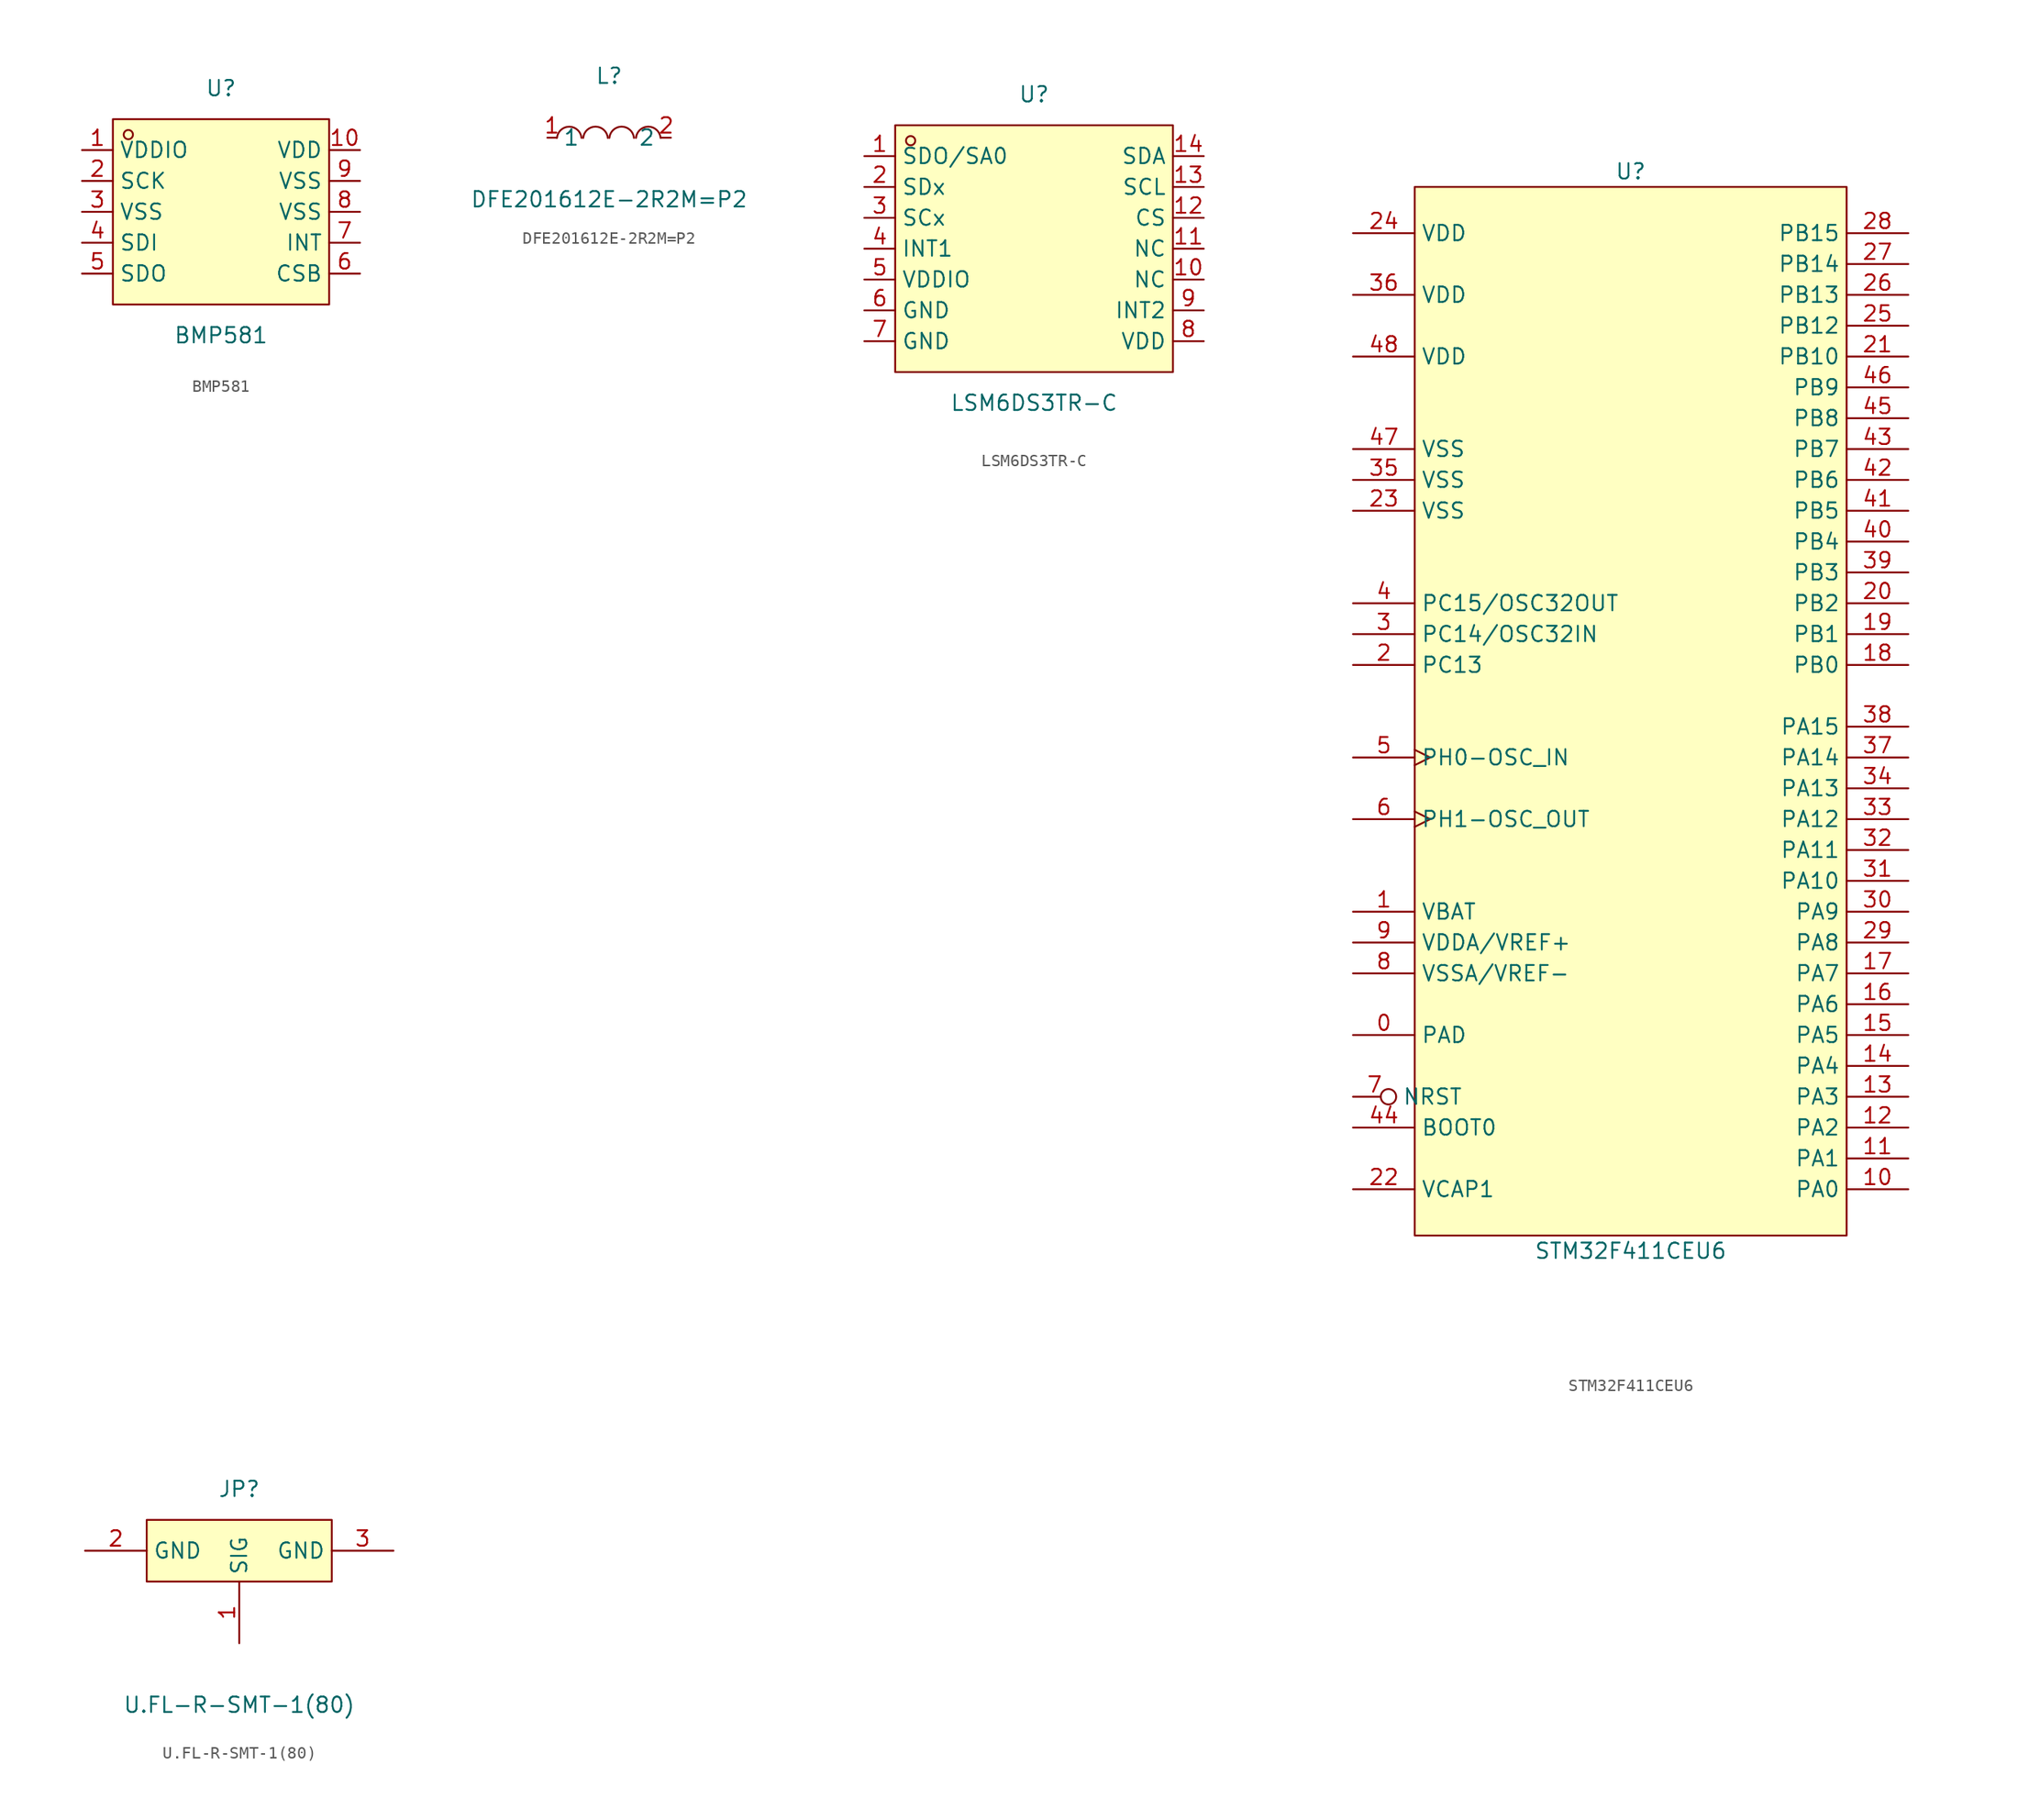
<source format=kicad_sym>
(kicad_symbol_lib
  (version 20231120)
  (generator "kicad_symbol_editor")
  (generator_version "8.0")
  (symbol "BMP581"
    (property "Reference" "U"
      (at 0 10.16 0)
      (effects (font (size 1.27 1.27))))
    (property "Value" "BMP581"
      (at 0 -10.16 0)
      (effects (font (size 1.27 1.27))))
    (symbol "BMP581_0_1"
      (rectangle (start -8.89 7.62) (end 8.89 -7.62) (stroke (width 0) (type default)) (fill (type background)))
      (circle (center -7.62 6.35) (radius 0.38) (stroke (width 0) (type default)) (fill (type none)))
      (pin unspecified line (at -11.43 5.08 0) (length 2.54) (name "VDDIO" (effects (font (size 1.27 1.27)))) (number "1" (effects (font (size 1.27 1.27)))))
      (pin unspecified line (at 11.43 5.08 180) (length 2.54) (name "VDD" (effects (font (size 1.27 1.27)))) (number "10" (effects (font (size 1.27 1.27)))))
      (pin unspecified line (at -11.43 2.54 0) (length 2.54) (name "SCK" (effects (font (size 1.27 1.27)))) (number "2" (effects (font (size 1.27 1.27)))))
      (pin unspecified line (at -11.43 0 0) (length 2.54) (name "VSS" (effects (font (size 1.27 1.27)))) (number "3" (effects (font (size 1.27 1.27)))))
      (pin unspecified line (at -11.43 -2.54 0) (length 2.54) (name "SDI" (effects (font (size 1.27 1.27)))) (number "4" (effects (font (size 1.27 1.27)))))
      (pin unspecified line (at -11.43 -5.08 0) (length 2.54) (name "SDO" (effects (font (size 1.27 1.27)))) (number "5" (effects (font (size 1.27 1.27)))))
      (pin unspecified line (at 11.43 -5.08 180) (length 2.54) (name "CSB" (effects (font (size 1.27 1.27)))) (number "6" (effects (font (size 1.27 1.27)))))
      (pin unspecified line (at 11.43 -2.54 180) (length 2.54) (name "INT" (effects (font (size 1.27 1.27)))) (number "7" (effects (font (size 1.27 1.27)))))
      (pin unspecified line (at 11.43 0 180) (length 2.54) (name "VSS" (effects (font (size 1.27 1.27)))) (number "8" (effects (font (size 1.27 1.27)))))
      (pin unspecified line (at 11.43 2.54 180) (length 2.54) (name "VSS" (effects (font (size 1.27 1.27)))) (number "9" (effects (font (size 1.27 1.27)))))))
  (symbol "DFE201612E-2R2M=P2"
    (property "Reference" "L"
      (at 0 5.08 0)
      (effects (font (size 1.27 1.27))))
    (property "Value" "DFE201612E-2R2M=P2"
      (at 0 -5.08 0)
      (effects (font (size 1.27 1.27))))
    (symbol "DFE201612E-2R2M=P2_0_1"
      (arc (start -2.27 -0.02) (mid -3.28 0.9027) (end -4.29 -0.02) (stroke (width 0) (type default)) (fill (type none)))
      (arc (start -0.11 -0.02) (mid -1.12 0.9071) (end -2.13 -0.02) (stroke (width 0) (type default)) (fill (type none)))
      (arc (start 2.04 -0.02) (mid 1.03 0.9071) (end 0.02 -0.02) (stroke (width 0) (type default)) (fill (type none)))
      (arc (start 4.23 -0.02) (mid 3.22 0.9071) (end 2.21 -0.02) (stroke (width 0) (type default)) (fill (type none)))
      (pin unspecified line (at -5.08 0 0) (length 0.762) (name "1" (effects (font (size 1.27 1.27)))) (number "1" (effects (font (size 1.27 1.27)))))
      (pin unspecified line (at 5.08 0 180) (length 0.762) (name "2" (effects (font (size 1.27 1.27)))) (number "2" (effects (font (size 1.27 1.27)))))))
  (symbol "LSM6DS3TR-C"
    (property "Reference" "U"
      (at 0 12.7 0)
      (effects (font (size 1.27 1.27))))
    (property "Value" "LSM6DS3TR-C"
      (at 0 -12.7 0)
      (effects (font (size 1.27 1.27))))
    (symbol "LSM6DS3TR-C_0_1"
      (rectangle (start -11.43 10.16) (end 11.43 -10.16) (stroke (width 0) (type default)) (fill (type background)))
      (circle (center -10.16 8.89) (radius 0.38) (stroke (width 0) (type default)) (fill (type none)))
      (pin unspecified line (at -13.97 7.62 0) (length 2.54) (name "SDO/SA0" (effects (font (size 1.27 1.27)))) (number "1" (effects (font (size 1.27 1.27)))))
      (pin unspecified line (at 13.97 -2.54 180) (length 2.54) (name "NC" (effects (font (size 1.27 1.27)))) (number "10" (effects (font (size 1.27 1.27)))))
      (pin unspecified line (at 13.97 0 180) (length 2.54) (name "NC" (effects (font (size 1.27 1.27)))) (number "11" (effects (font (size 1.27 1.27)))))
      (pin unspecified line (at 13.97 2.54 180) (length 2.54) (name "CS" (effects (font (size 1.27 1.27)))) (number "12" (effects (font (size 1.27 1.27)))))
      (pin unspecified line (at 13.97 5.08 180) (length 2.54) (name "SCL" (effects (font (size 1.27 1.27)))) (number "13" (effects (font (size 1.27 1.27)))))
      (pin unspecified line (at 13.97 7.62 180) (length 2.54) (name "SDA" (effects (font (size 1.27 1.27)))) (number "14" (effects (font (size 1.27 1.27)))))
      (pin unspecified line (at -13.97 5.08 0) (length 2.54) (name "SDx" (effects (font (size 1.27 1.27)))) (number "2" (effects (font (size 1.27 1.27)))))
      (pin unspecified line (at -13.97 2.54 0) (length 2.54) (name "SCx" (effects (font (size 1.27 1.27)))) (number "3" (effects (font (size 1.27 1.27)))))
      (pin unspecified line (at -13.97 0 0) (length 2.54) (name "INT1" (effects (font (size 1.27 1.27)))) (number "4" (effects (font (size 1.27 1.27)))))
      (pin unspecified line (at -13.97 -2.54 0) (length 2.54) (name "VDDIO" (effects (font (size 1.27 1.27)))) (number "5" (effects (font (size 1.27 1.27)))))
      (pin unspecified line (at -13.97 -5.08 0) (length 2.54) (name "GND" (effects (font (size 1.27 1.27)))) (number "6" (effects (font (size 1.27 1.27)))))
      (pin unspecified line (at -13.97 -7.62 0) (length 2.54) (name "GND" (effects (font (size 1.27 1.27)))) (number "7" (effects (font (size 1.27 1.27)))))
      (pin unspecified line (at 13.97 -7.62 180) (length 2.54) (name "VDD" (effects (font (size 1.27 1.27)))) (number "8" (effects (font (size 1.27 1.27)))))
      (pin unspecified line (at 13.97 -5.08 180) (length 2.54) (name "INT2" (effects (font (size 1.27 1.27)))) (number "9" (effects (font (size 1.27 1.27)))))))
  (symbol "STM32F411CEU6"
    (property "Reference" "U"
      (at 0 45.72 0)
      (effects (font (size 1.27 1.27))))
    (property "Value" "STM32F411CEU6"
      (at 0 -43.18 0)
      (effects (font (size 1.27 1.27))))
    (symbol "STM32F411CEU6_0_1"
      (rectangle (start -17.78 44.45) (end 17.78 -41.91) (stroke (width 0) (type default)) (fill (type background)))
      (pin power_in line (at -22.86 -25.4 0) (length 5.08) (name "PAD" (effects (font (size 1.27 1.27)))) (number "0" (effects (font (size 1.27 1.27)))))
      (pin power_in line (at -22.86 -15.24 0) (length 5.08) (name "VBAT" (effects (font (size 1.27 1.27)))) (number "1" (effects (font (size 1.27 1.27)))))
      (pin unspecified line (at 22.86 -38.1 180) (length 5.08) (name "PA0" (effects (font (size 1.27 1.27)))) (number "10" (effects (font (size 1.27 1.27)))))
      (pin unspecified line (at 22.86 -35.56 180) (length 5.08) (name "PA1" (effects (font (size 1.27 1.27)))) (number "11" (effects (font (size 1.27 1.27)))))
      (pin unspecified line (at 22.86 -33.02 180) (length 5.08) (name "PA2" (effects (font (size 1.27 1.27)))) (number "12" (effects (font (size 1.27 1.27)))))
      (pin unspecified line (at 22.86 -30.48 180) (length 5.08) (name "PA3" (effects (font (size 1.27 1.27)))) (number "13" (effects (font (size 1.27 1.27)))))
      (pin unspecified line (at 22.86 -27.94 180) (length 5.08) (name "PA4" (effects (font (size 1.27 1.27)))) (number "14" (effects (font (size 1.27 1.27)))))
      (pin unspecified line (at 22.86 -25.4 180) (length 5.08) (name "PA5" (effects (font (size 1.27 1.27)))) (number "15" (effects (font (size 1.27 1.27)))))
      (pin unspecified line (at 22.86 -22.86 180) (length 5.08) (name "PA6" (effects (font (size 1.27 1.27)))) (number "16" (effects (font (size 1.27 1.27)))))
      (pin unspecified line (at 22.86 -20.32 180) (length 5.08) (name "PA7" (effects (font (size 1.27 1.27)))) (number "17" (effects (font (size 1.27 1.27)))))
      (pin unspecified line (at 22.86 5.08 180) (length 5.08) (name "PB0" (effects (font (size 1.27 1.27)))) (number "18" (effects (font (size 1.27 1.27)))))
      (pin unspecified line (at 22.86 7.62 180) (length 5.08) (name "PB1" (effects (font (size 1.27 1.27)))) (number "19" (effects (font (size 1.27 1.27)))))
      (pin unspecified line (at -22.86 5.08 0) (length 5.08) (name "PC13" (effects (font (size 1.27 1.27)))) (number "2" (effects (font (size 1.27 1.27)))))
      (pin unspecified line (at 22.86 10.16 180) (length 5.08) (name "PB2" (effects (font (size 1.27 1.27)))) (number "20" (effects (font (size 1.27 1.27)))))
      (pin unspecified line (at 22.86 30.48 180) (length 5.08) (name "PB10" (effects (font (size 1.27 1.27)))) (number "21" (effects (font (size 1.27 1.27)))))
      (pin power_in line (at -22.86 -38.1 0) (length 5.08) (name "VCAP1" (effects (font (size 1.27 1.27)))) (number "22" (effects (font (size 1.27 1.27)))))
      (pin unspecified line (at -22.86 17.78 0) (length 5.08) (name "VSS" (effects (font (size 1.27 1.27)))) (number "23" (effects (font (size 1.27 1.27)))))
      (pin unspecified line (at -22.86 40.64 0) (length 5.08) (name "VDD" (effects (font (size 1.27 1.27)))) (number "24" (effects (font (size 1.27 1.27)))))
      (pin unspecified line (at 22.86 33.02 180) (length 5.08) (name "PB12" (effects (font (size 1.27 1.27)))) (number "25" (effects (font (size 1.27 1.27)))))
      (pin unspecified line (at 22.86 35.56 180) (length 5.08) (name "PB13" (effects (font (size 1.27 1.27)))) (number "26" (effects (font (size 1.27 1.27)))))
      (pin unspecified line (at 22.86 38.1 180) (length 5.08) (name "PB14" (effects (font (size 1.27 1.27)))) (number "27" (effects (font (size 1.27 1.27)))))
      (pin unspecified line (at 22.86 40.64 180) (length 5.08) (name "PB15" (effects (font (size 1.27 1.27)))) (number "28" (effects (font (size 1.27 1.27)))))
      (pin unspecified line (at 22.86 -17.78 180) (length 5.08) (name "PA8" (effects (font (size 1.27 1.27)))) (number "29" (effects (font (size 1.27 1.27)))))
      (pin unspecified line (at -22.86 7.62 0) (length 5.08) (name "PC14/OSC32IN" (effects (font (size 1.27 1.27)))) (number "3" (effects (font (size 1.27 1.27)))))
      (pin unspecified line (at 22.86 -15.24 180) (length 5.08) (name "PA9" (effects (font (size 1.27 1.27)))) (number "30" (effects (font (size 1.27 1.27)))))
      (pin unspecified line (at 22.86 -12.7 180) (length 5.08) (name "PA10" (effects (font (size 1.27 1.27)))) (number "31" (effects (font (size 1.27 1.27)))))
      (pin unspecified line (at 22.86 -10.16 180) (length 5.08) (name "PA11" (effects (font (size 1.27 1.27)))) (number "32" (effects (font (size 1.27 1.27)))))
      (pin unspecified line (at 22.86 -7.62 180) (length 5.08) (name "PA12" (effects (font (size 1.27 1.27)))) (number "33" (effects (font (size 1.27 1.27)))))
      (pin unspecified line (at 22.86 -5.08 180) (length 5.08) (name "PA13" (effects (font (size 1.27 1.27)))) (number "34" (effects (font (size 1.27 1.27)))))
      (pin unspecified line (at -22.86 20.32 0) (length 5.08) (name "VSS" (effects (font (size 1.27 1.27)))) (number "35" (effects (font (size 1.27 1.27)))))
      (pin unspecified line (at -22.86 35.56 0) (length 5.08) (name "VDD" (effects (font (size 1.27 1.27)))) (number "36" (effects (font (size 1.27 1.27)))))
      (pin unspecified line (at 22.86 -2.54 180) (length 5.08) (name "PA14" (effects (font (size 1.27 1.27)))) (number "37" (effects (font (size 1.27 1.27)))))
      (pin unspecified line (at 22.86 0 180) (length 5.08) (name "PA15" (effects (font (size 1.27 1.27)))) (number "38" (effects (font (size 1.27 1.27)))))
      (pin unspecified line (at 22.86 12.7 180) (length 5.08) (name "PB3" (effects (font (size 1.27 1.27)))) (number "39" (effects (font (size 1.27 1.27)))))
      (pin unspecified line (at -22.86 10.16 0) (length 5.08) (name "PC15/OSC32OUT" (effects (font (size 1.27 1.27)))) (number "4" (effects (font (size 1.27 1.27)))))
      (pin unspecified line (at 22.86 15.24 180) (length 5.08) (name "PB4" (effects (font (size 1.27 1.27)))) (number "40" (effects (font (size 1.27 1.27)))))
      (pin unspecified line (at 22.86 17.78 180) (length 5.08) (name "PB5" (effects (font (size 1.27 1.27)))) (number "41" (effects (font (size 1.27 1.27)))))
      (pin unspecified line (at 22.86 20.32 180) (length 5.08) (name "PB6" (effects (font (size 1.27 1.27)))) (number "42" (effects (font (size 1.27 1.27)))))
      (pin unspecified line (at 22.86 22.86 180) (length 5.08) (name "PB7" (effects (font (size 1.27 1.27)))) (number "43" (effects (font (size 1.27 1.27)))))
      (pin input line (at -22.86 -33.02 0) (length 5.08) (name "BOOT0" (effects (font (size 1.27 1.27)))) (number "44" (effects (font (size 1.27 1.27)))))
      (pin unspecified line (at 22.86 25.4 180) (length 5.08) (name "PB8" (effects (font (size 1.27 1.27)))) (number "45" (effects (font (size 1.27 1.27)))))
      (pin unspecified line (at 22.86 27.94 180) (length 5.08) (name "PB9" (effects (font (size 1.27 1.27)))) (number "46" (effects (font (size 1.27 1.27)))))
      (pin unspecified line (at -22.86 22.86 0) (length 5.08) (name "VSS" (effects (font (size 1.27 1.27)))) (number "47" (effects (font (size 1.27 1.27)))))
      (pin unspecified line (at -22.86 30.48 0) (length 5.08) (name "VDD" (effects (font (size 1.27 1.27)))) (number "48" (effects (font (size 1.27 1.27)))))
      (pin unspecified clock (at -22.86 -2.54 0) (length 5.08) (name "PH0-OSC_IN" (effects (font (size 1.27 1.27)))) (number "5" (effects (font (size 1.27 1.27)))))
      (pin unspecified clock (at -22.86 -7.62 0) (length 5.08) (name "PH1-OSC_OUT" (effects (font (size 1.27 1.27)))) (number "6" (effects (font (size 1.27 1.27)))))
      (pin unspecified inverted (at -22.86 -30.48 0) (length 3.556) (name "NRST" (effects (font (size 1.27 1.27)))) (number "7" (effects (font (size 1.27 1.27)))))
      (pin power_in line (at -22.86 -20.32 0) (length 5.08) (name "VSSA/VREF-" (effects (font (size 1.27 1.27)))) (number "8" (effects (font (size 1.27 1.27)))))
      (pin power_in line (at -22.86 -17.78 0) (length 5.08) (name "VDDA/VREF+" (effects (font (size 1.27 1.27)))) (number "9" (effects (font (size 1.27 1.27)))))))
  (symbol "U.FL-R-SMT-1(80)"
    (property "Reference" "JP"
      (at 0 7.62 0)
      (effects (font (size 1.27 1.27))))
    (property "Value" "U.FL-R-SMT-1(80)"
      (at 0 -10.16 0)
      (effects (font (size 1.27 1.27))))
    (symbol "U.FL-R-SMT-1(80)_0_1"
      (rectangle (start -7.62 5.08) (end 7.62 0) (stroke (width 0) (type default)) (fill (type background)))
      (pin unspecified line (at 0 -5.08 90) (length 5.08) (name "SIG" (effects (font (size 1.27 1.27)))) (number "1" (effects (font (size 1.27 1.27)))))
      (pin unspecified line (at -12.7 2.54 0) (length 5.08) (name "GND" (effects (font (size 1.27 1.27)))) (number "2" (effects (font (size 1.27 1.27)))))
      (pin unspecified line (at 12.7 2.54 180) (length 5.08) (name "GND" (effects (font (size 1.27 1.27)))) (number "3" (effects (font (size 1.27 1.27))))))))
</source>
